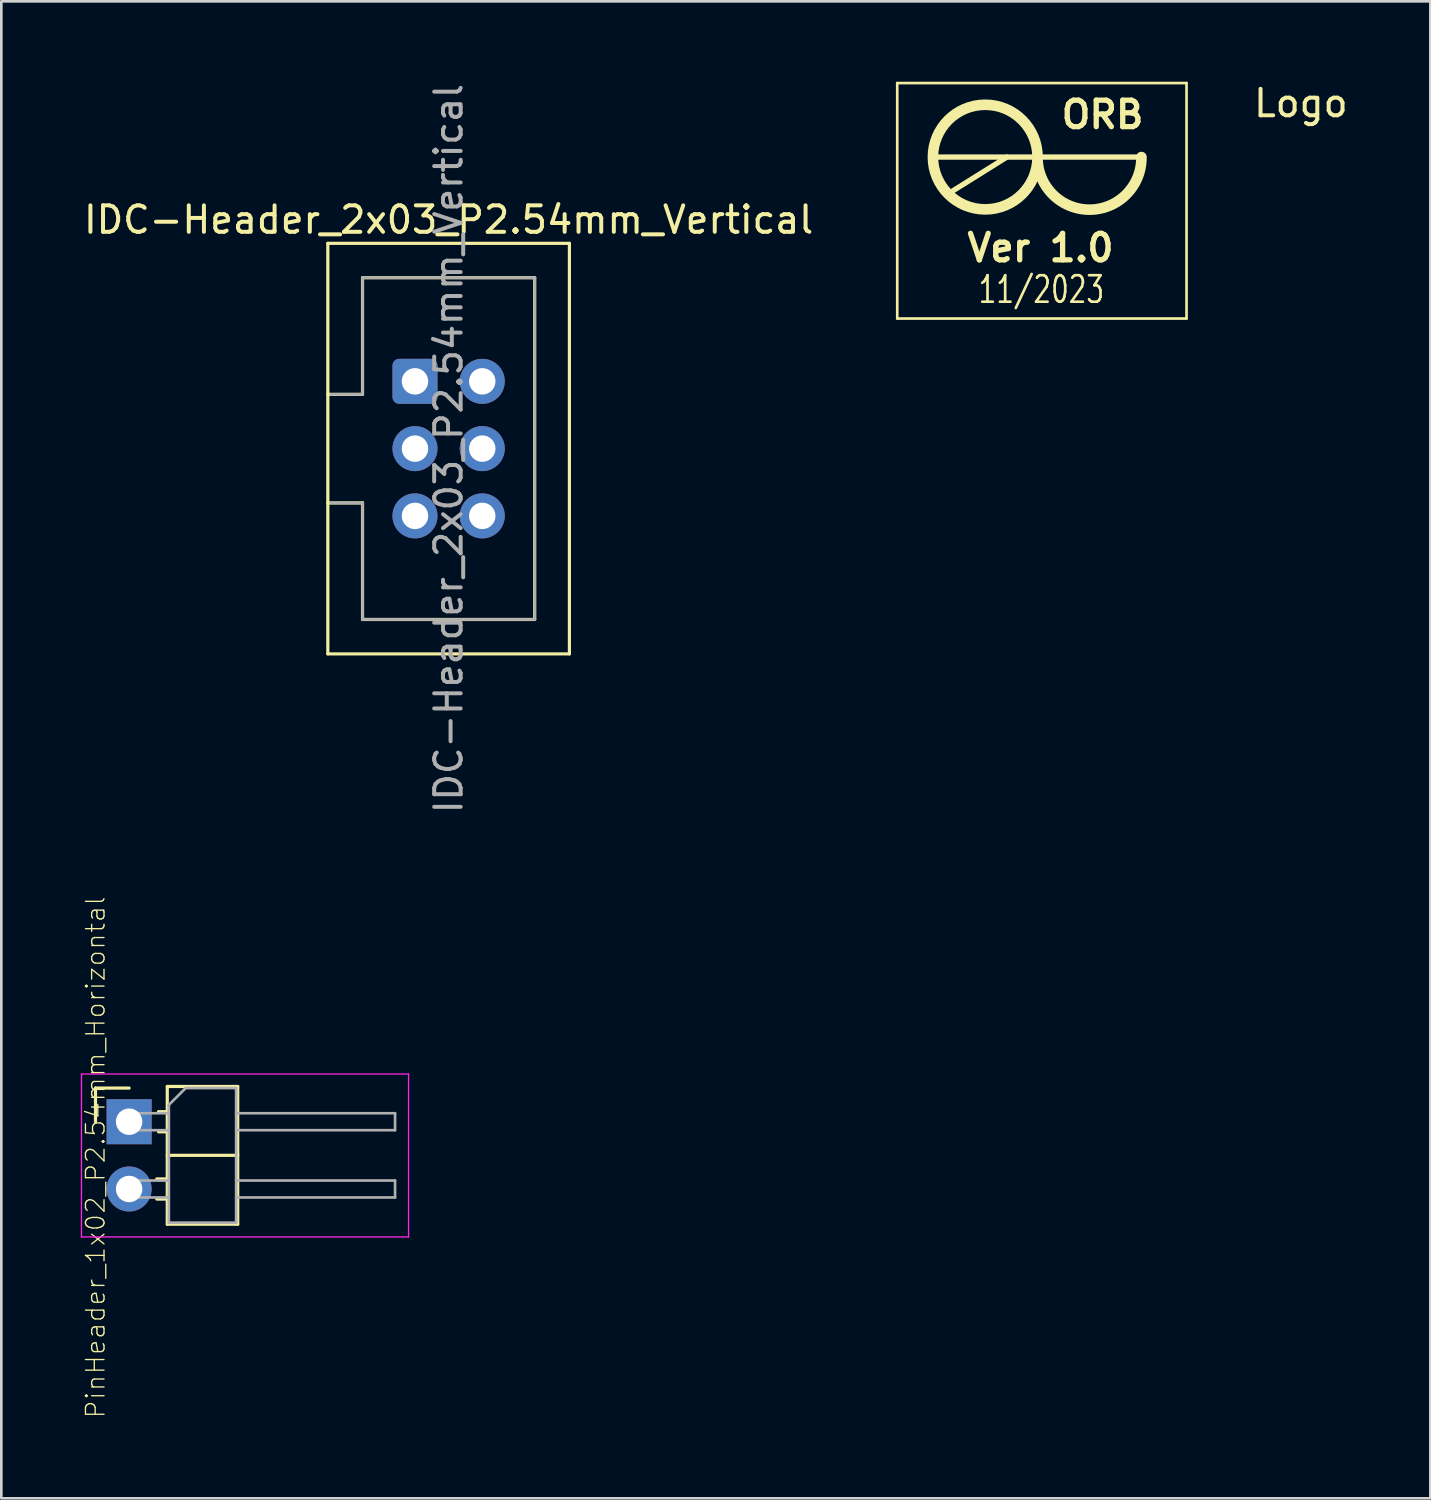
<source format=kicad_pcb>
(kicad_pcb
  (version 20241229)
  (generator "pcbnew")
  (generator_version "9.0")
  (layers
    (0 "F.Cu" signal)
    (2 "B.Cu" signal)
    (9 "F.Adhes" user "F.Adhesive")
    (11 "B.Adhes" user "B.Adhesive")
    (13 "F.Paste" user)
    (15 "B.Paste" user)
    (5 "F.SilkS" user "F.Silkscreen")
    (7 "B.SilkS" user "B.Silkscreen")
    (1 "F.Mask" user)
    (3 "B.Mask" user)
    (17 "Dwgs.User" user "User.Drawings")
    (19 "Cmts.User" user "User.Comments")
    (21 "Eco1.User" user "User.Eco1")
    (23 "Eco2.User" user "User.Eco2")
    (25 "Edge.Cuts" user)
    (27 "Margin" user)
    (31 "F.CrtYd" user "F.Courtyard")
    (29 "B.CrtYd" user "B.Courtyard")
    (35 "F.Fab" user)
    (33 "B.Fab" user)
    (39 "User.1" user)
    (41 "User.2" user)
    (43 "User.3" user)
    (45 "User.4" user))
  (footprint "PinHeader_1x02_P2.54mm_Horizontal"
    (layer "F.Cu")
    (at 1.825 39.299)
    (property "Reference" "PinHeader_1x02_P2.54mm_Horizontal" (at -1.27 1.346 270) (layer "F.SilkS") (effects (font (size 0.7 0.7) (thickness 0.05))))
    (attr through_hole)
    (fp_line (start -1.27 -1.27) (end 0 -1.27) (stroke (width 0.12) (type solid)) (layer "F.SilkS"))
    (fp_line (start -1.27 0) (end -1.27 -1.27) (stroke (width 0.12) (type solid)) (layer "F.SilkS"))
    (fp_line (start 1.043 2.16) (end 1.44 2.16) (stroke (width 0.12) (type solid)) (layer "F.SilkS"))
    (fp_line (start 1.043 2.92) (end 1.44 2.92) (stroke (width 0.12) (type solid)) (layer "F.SilkS"))
    (fp_line (start 1.11 -0.38) (end 1.44 -0.38) (stroke (width 0.12) (type solid)) (layer "F.SilkS"))
    (fp_line (start 1.11 0.38) (end 1.44 0.38) (stroke (width 0.12) (type solid)) (layer "F.SilkS"))
    (fp_line (start 1.44 -1.33) (end 1.44 3.87) (stroke (width 0.12) (type solid)) (layer "F.SilkS"))
    (fp_line (start 1.44 1.27) (end 4.1 1.27) (stroke (width 0.12) (type solid)) (layer "F.SilkS"))
    (fp_line (start 1.44 3.87) (end 4.1 3.87) (stroke (width 0.12) (type solid)) (layer "F.SilkS"))
    (fp_line (start 4.1 -1.33) (end 1.44 -1.33) (stroke (width 0.12) (type solid)) (layer "F.SilkS"))
    (fp_line (start 4.1 3.87) (end 4.1 -1.33) (stroke (width 0.12) (type solid)) (layer "F.SilkS"))
    (fp_line (start -1.8 -1.8) (end -1.8 4.35) (stroke (width 0.05) (type solid)) (layer "F.CrtYd"))
    (fp_line (start -1.8 4.35) (end 10.55 4.35) (stroke (width 0.05) (type solid)) (layer "F.CrtYd"))
    (fp_line (start 10.55 -1.8) (end -1.8 -1.8) (stroke (width 0.05) (type solid)) (layer "F.CrtYd"))
    (fp_line (start 10.55 4.35) (end 10.55 -1.8) (stroke (width 0.05) (type solid)) (layer "F.CrtYd"))
    (fp_line (start -0.32 -0.32) (end -0.32 0.32) (stroke (width 0.1) (type solid)) (layer "F.Fab"))
    (fp_line (start -0.32 -0.32) (end 1.5 -0.32) (stroke (width 0.1) (type solid)) (layer "F.Fab"))
    (fp_line (start -0.32 0.32) (end 1.5 0.32) (stroke (width 0.1) (type solid)) (layer "F.Fab"))
    (fp_line (start -0.32 2.22) (end -0.32 2.86) (stroke (width 0.1) (type solid)) (layer "F.Fab"))
    (fp_line (start -0.32 2.22) (end 1.5 2.22) (stroke (width 0.1) (type solid)) (layer "F.Fab"))
    (fp_line (start -0.32 2.86) (end 1.5 2.86) (stroke (width 0.1) (type solid)) (layer "F.Fab"))
    (fp_line (start 1.5 -0.635) (end 2.135 -1.27) (stroke (width 0.1) (type solid)) (layer "F.Fab"))
    (fp_line (start 1.5 3.81) (end 1.5 -0.635) (stroke (width 0.1) (type solid)) (layer "F.Fab"))
    (fp_line (start 2.135 -1.27) (end 4.04 -1.27) (stroke (width 0.1) (type solid)) (layer "F.Fab"))
    (fp_line (start 4.04 -1.27) (end 4.04 3.81) (stroke (width 0.1) (type solid)) (layer "F.Fab"))
    (fp_line (start 4.04 -0.32) (end 10.04 -0.32) (stroke (width 0.1) (type solid)) (layer "F.Fab"))
    (fp_line (start 4.04 0.32) (end 10.04 0.32) (stroke (width 0.1) (type solid)) (layer "F.Fab"))
    (fp_line (start 4.04 2.22) (end 10.04 2.22) (stroke (width 0.1) (type solid)) (layer "F.Fab"))
    (fp_line (start 4.04 2.86) (end 10.04 2.86) (stroke (width 0.1) (type solid)) (layer "F.Fab"))
    (fp_line (start 4.04 3.81) (end 1.5 3.81) (stroke (width 0.1) (type solid)) (layer "F.Fab"))
    (fp_line (start 10.04 -0.32) (end 10.04 0.32) (stroke (width 0.1) (type solid)) (layer "F.Fab"))
    (fp_line (start 10.04 2.22) (end 10.04 2.86) (stroke (width 0.1) (type solid)) (layer "F.Fab"))
    (pad "1" thru_hole rect (at 0 0) (size 1.7 1.7) (drill 1) (layers "*.Cu" "*.Mask"))
    (pad "2" thru_hole oval (at 0 2.54) (size 1.7 1.7) (drill 1) (layers "*.Cu" "*.Mask")))
  (footprint "Logo"
    (layer "F.Cu")
    (at 42.508 2.88)
    (property "Reference" "Logo" (at 3.556 -2.032 0) (unlocked yes) (layer "F.SilkS") (effects (font (size 1 1) (thickness 0.15))))
    (fp_line (start -11.684 -2.794) (end -0.762 -2.794) (stroke (width 0.1) (type solid)) (layer "F.SilkS"))
    (fp_line (start -11.684 6.096) (end -11.684 -2.794) (stroke (width 0.1) (type solid)) (layer "F.SilkS"))
    (fp_line (start -10.338 0) (end -2.464 0) (stroke (width 0.2) (type solid)) (layer "F.SilkS"))
    (fp_line (start -7.544 0) (end -9.576 1.27) (stroke (width 0.2) (type solid)) (layer "F.SilkS"))
    (fp_line (start -0.762 6.096) (end -11.684 6.096) (stroke (width 0.1) (type solid)) (layer "F.SilkS"))
    (fp_line (start -0.762 6.096) (end -0.762 -2.794) (stroke (width 0.1) (type solid)) (layer "F.SilkS"))
    (fp_arc (start -2.4638 0) (mid -4.425463 1.987486) (end -6.387126 0) (stroke (width 0.4) (type solid)) (layer "F.SilkS"))
    (fp_circle (center -8.362 0) (end -6.387 0) (stroke (width 0.4) (type solid)) (fill no) (layer "F.SilkS"))
    (fp_text user "11/2023" (at -3.81 5.588 0) (layer "F.SilkS") (effects (font (size 1 0.7) (thickness 0.1)) (justify right bottom)))
    (fp_text user "ORB" (at -5.588 -1.016 0) (layer "F.SilkS") (effects (font (size 1 1) (thickness 0.2)) (justify left bottom)))
    (fp_text user "Ver 1.0\n" (at -9.144 4.013 0) (layer "F.SilkS") (effects (font (size 1 1) (thickness 0.2)) (justify left bottom))))
  (footprint "IDC-Header_2x03_P2.54mm_Vertical"
    (layer "F.Cu")
    (at 12.617 11.347)
    (property "Reference" "IDC-Header_2x03_P2.54mm_Vertical" (at 1.27 -6.1 0) (layer "F.SilkS") (effects (font (size 1 1) (thickness 0.15))))
    (attr through_hole)
    (fp_line (start -3.29 -5.21) (end 5.83 -5.21) (stroke (width 0.12) (type solid)) (layer "F.SilkS"))
    (fp_line (start -3.29 0.49) (end -1.98 0.49) (stroke (width 0.12) (type solid)) (layer "F.SilkS"))
    (fp_line (start -3.29 10.29) (end -3.29 -5.21) (stroke (width 0.12) (type solid)) (layer "F.SilkS"))
    (fp_line (start -1.98 -3.91) (end 4.52 -3.91) (stroke (width 0.12) (type solid)) (layer "F.SilkS"))
    (fp_line (start -1.98 0.49) (end -1.98 -3.91) (stroke (width 0.12) (type solid)) (layer "F.SilkS"))
    (fp_line (start -1.98 4.59) (end -3.29 4.59) (stroke (width 0.12) (type solid)) (layer "F.SilkS"))
    (fp_line (start -1.98 4.59) (end -1.98 4.59) (stroke (width 0.12) (type solid)) (layer "F.SilkS"))
    (fp_line (start -1.98 8.99) (end -1.98 4.59) (stroke (width 0.12) (type solid)) (layer "F.SilkS"))
    (fp_line (start 4.52 -3.91) (end 4.52 8.99) (stroke (width 0.12) (type solid)) (layer "F.SilkS"))
    (fp_line (start 4.52 8.99) (end -1.98 8.99) (stroke (width 0.12) (type solid)) (layer "F.SilkS"))
    (fp_line (start 5.83 -5.21) (end 5.83 10.29) (stroke (width 0.12) (type solid)) (layer "F.SilkS"))
    (fp_line (start 5.83 10.29) (end -3.29 10.29) (stroke (width 0.12) (type solid)) (layer "F.SilkS"))
    (fp_line (start -3.18 0.49) (end -1.98 0.49) (stroke (width 0.1) (type solid)) (layer "F.Fab"))
    (fp_line (start -1.98 -3.91) (end 4.52 -3.91) (stroke (width 0.1) (type solid)) (layer "F.Fab"))
    (fp_line (start -1.98 0.49) (end -1.98 -3.91) (stroke (width 0.1) (type solid)) (layer "F.Fab"))
    (fp_line (start -1.98 4.59) (end -3.18 4.59) (stroke (width 0.1) (type solid)) (layer "F.Fab"))
    (fp_line (start -1.98 4.59) (end -1.98 4.59) (stroke (width 0.1) (type solid)) (layer "F.Fab"))
    (fp_line (start -1.98 8.99) (end -1.98 4.59) (stroke (width 0.1) (type solid)) (layer "F.Fab"))
    (fp_line (start 4.52 -3.91) (end 4.52 8.99) (stroke (width 0.1) (type solid)) (layer "F.Fab"))
    (fp_line (start 4.52 8.99) (end -1.98 8.99) (stroke (width 0.1) (type solid)) (layer "F.Fab"))
    (fp_text user "${REFERENCE}" (at 1.27 2.54 90) (layer "F.Fab") (effects (font (size 1 1) (thickness 0.15))))
    (pad "1" thru_hole roundrect (at 0 0) (size 1.7 1.7) (drill 1) (layers "*.Cu" "*.Mask") (roundrect_rratio 0.147))
    (pad "2" thru_hole circle (at 2.54 0) (size 1.7 1.7) (drill 1) (layers "*.Cu" "*.Mask"))
    (pad "3" thru_hole circle (at 0 2.54) (size 1.7 1.7) (drill 1) (layers "*.Cu" "*.Mask"))
    (pad "4" thru_hole circle (at 2.54 2.54) (size 1.7 1.7) (drill 1) (layers "*.Cu" "*.Mask"))
    (pad "5" thru_hole circle (at 0 5.08) (size 1.7 1.7) (drill 1) (layers "*.Cu" "*.Mask"))
    (pad "6" thru_hole circle (at 2.54 5.08) (size 1.7 1.7) (drill 1) (layers "*.Cu" "*.Mask")))
  (gr_rect
    (start -3 -3)
    (end 50.951 53.517)
    (stroke (width 0.1) (type default))
    (fill no)
    (layer "Edge.Cuts")))
</source>
